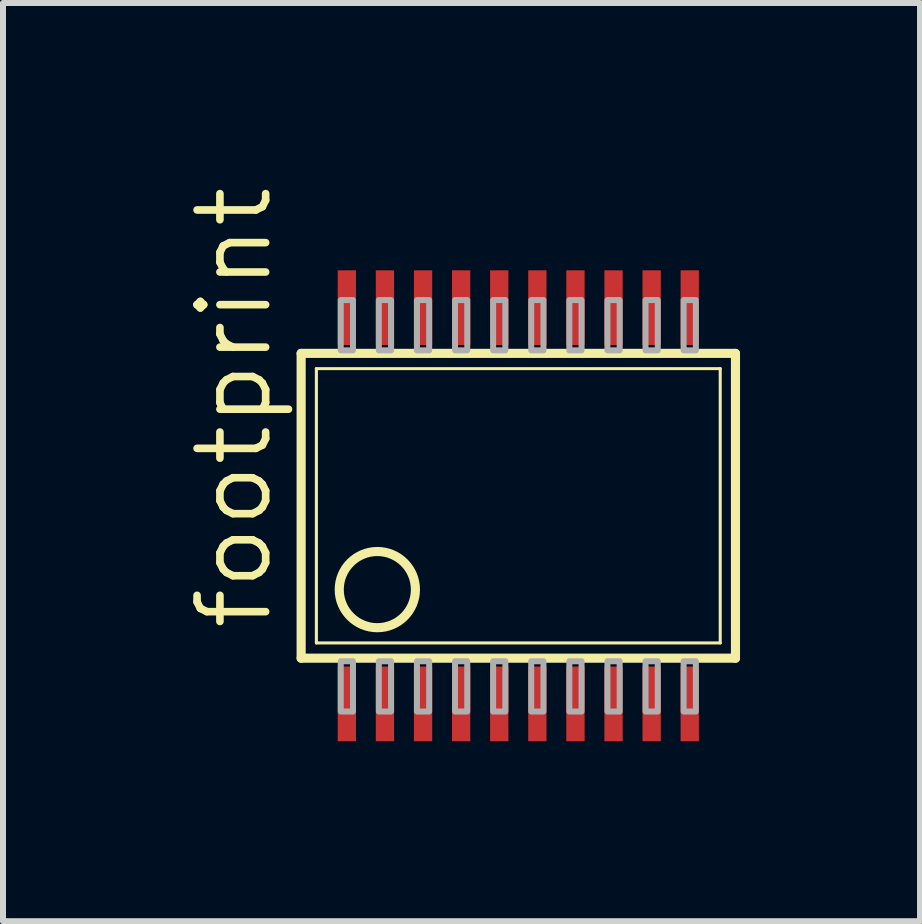
<source format=kicad_pcb>
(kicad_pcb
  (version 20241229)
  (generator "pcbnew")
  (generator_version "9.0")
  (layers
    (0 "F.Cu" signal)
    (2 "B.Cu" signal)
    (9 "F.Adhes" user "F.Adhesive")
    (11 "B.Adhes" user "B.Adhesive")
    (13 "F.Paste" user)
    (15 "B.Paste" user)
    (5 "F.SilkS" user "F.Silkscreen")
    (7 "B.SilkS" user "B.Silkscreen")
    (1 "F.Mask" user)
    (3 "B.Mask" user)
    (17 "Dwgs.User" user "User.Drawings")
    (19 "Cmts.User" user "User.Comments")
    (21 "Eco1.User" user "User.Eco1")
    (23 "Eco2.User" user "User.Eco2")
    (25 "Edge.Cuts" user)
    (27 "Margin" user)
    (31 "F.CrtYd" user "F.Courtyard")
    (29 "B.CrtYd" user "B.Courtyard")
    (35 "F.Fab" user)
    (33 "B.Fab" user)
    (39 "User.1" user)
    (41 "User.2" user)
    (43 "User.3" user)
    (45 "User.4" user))
  (footprint "footprint"
    (layer "F.Cu")
    (at 5.588 5.38)
    (property "Reference" "footprint" (at -4.064 2.12 90) (layer "F.SilkS") (effects (font (size 1.143 1.143) (thickness 0.127)) (justify left bottom)))
    (fp_line (start -3.619 2.54) (end -3.619 -2.54) (stroke (width 0.152) (type solid)) (layer "F.SilkS"))
    (fp_line (start -3.619 2.54) (end 3.62 2.54) (stroke (width 0.152) (type solid)) (layer "F.SilkS"))
    (fp_line (start -3.365 2.286) (end -3.365 -2.286) (stroke (width 0.051) (type solid)) (layer "F.SilkS"))
    (fp_line (start -3.365 2.286) (end 3.366 2.286) (stroke (width 0.051) (type solid)) (layer "F.SilkS"))
    (fp_line (start 3.366 -2.286) (end -3.365 -2.286) (stroke (width 0.051) (type solid)) (layer "F.SilkS"))
    (fp_line (start 3.366 -2.286) (end 3.366 2.286) (stroke (width 0.051) (type solid)) (layer "F.SilkS"))
    (fp_line (start 3.62 -2.54) (end -3.619 -2.54) (stroke (width 0.152) (type solid)) (layer "F.SilkS"))
    (fp_line (start 3.62 -2.54) (end 3.62 2.54) (stroke (width 0.152) (type solid)) (layer "F.SilkS"))
    (fp_circle (center -2.349 1.397) (end -1.714 1.397) (stroke (width 0.152) (type solid)) (fill no) (layer "F.SilkS"))
    (fp_poly (pts (xy -2.959 -2.591) (xy -2.755 -2.591) (xy -2.755 -3.429) (xy -2.959 -3.429)) (stroke (width 0.1) (type solid)) (fill no) (layer "F.Fab"))
    (fp_poly (pts (xy -2.959 3.429) (xy -2.755 3.429) (xy -2.755 2.591) (xy -2.959 2.591)) (stroke (width 0.1) (type solid)) (fill no) (layer "F.Fab"))
    (fp_poly (pts (xy -2.324 -2.591) (xy -2.12 -2.591) (xy -2.12 -3.429) (xy -2.324 -3.429)) (stroke (width 0.1) (type solid)) (fill no) (layer "F.Fab"))
    (fp_poly (pts (xy -2.324 3.429) (xy -2.12 3.429) (xy -2.12 2.591) (xy -2.324 2.591)) (stroke (width 0.1) (type solid)) (fill no) (layer "F.Fab"))
    (fp_poly (pts (xy -1.689 -2.591) (xy -1.485 -2.591) (xy -1.485 -3.429) (xy -1.689 -3.429)) (stroke (width 0.1) (type solid)) (fill no) (layer "F.Fab"))
    (fp_poly (pts (xy -1.689 3.429) (xy -1.485 3.429) (xy -1.485 2.591) (xy -1.689 2.591)) (stroke (width 0.1) (type solid)) (fill no) (layer "F.Fab"))
    (fp_poly (pts (xy -1.054 -2.591) (xy -0.85 -2.591) (xy -0.85 -3.429) (xy -1.054 -3.429)) (stroke (width 0.1) (type solid)) (fill no) (layer "F.Fab"))
    (fp_poly (pts (xy -1.054 3.429) (xy -0.85 3.429) (xy -0.85 2.591) (xy -1.054 2.591)) (stroke (width 0.1) (type solid)) (fill no) (layer "F.Fab"))
    (fp_poly (pts (xy -0.419 -2.591) (xy -0.215 -2.591) (xy -0.215 -3.429) (xy -0.419 -3.429)) (stroke (width 0.1) (type solid)) (fill no) (layer "F.Fab"))
    (fp_poly (pts (xy -0.419 3.429) (xy -0.215 3.429) (xy -0.215 2.591) (xy -0.419 2.591)) (stroke (width 0.1) (type solid)) (fill no) (layer "F.Fab"))
    (fp_poly (pts (xy 0.216 -2.591) (xy 0.42 -2.591) (xy 0.42 -3.429) (xy 0.216 -3.429)) (stroke (width 0.1) (type solid)) (fill no) (layer "F.Fab"))
    (fp_poly (pts (xy 0.216 3.429) (xy 0.42 3.429) (xy 0.42 2.591) (xy 0.216 2.591)) (stroke (width 0.1) (type solid)) (fill no) (layer "F.Fab"))
    (fp_poly (pts (xy 0.851 -2.591) (xy 1.055 -2.591) (xy 1.055 -3.429) (xy 0.851 -3.429)) (stroke (width 0.1) (type solid)) (fill no) (layer "F.Fab"))
    (fp_poly (pts (xy 0.851 3.429) (xy 1.055 3.429) (xy 1.055 2.591) (xy 0.851 2.591)) (stroke (width 0.1) (type solid)) (fill no) (layer "F.Fab"))
    (fp_poly (pts (xy 1.486 -2.591) (xy 1.69 -2.591) (xy 1.69 -3.429) (xy 1.486 -3.429)) (stroke (width 0.1) (type solid)) (fill no) (layer "F.Fab"))
    (fp_poly (pts (xy 1.486 3.429) (xy 1.69 3.429) (xy 1.69 2.591) (xy 1.486 2.591)) (stroke (width 0.1) (type solid)) (fill no) (layer "F.Fab"))
    (fp_poly (pts (xy 2.121 -2.591) (xy 2.325 -2.591) (xy 2.325 -3.429) (xy 2.121 -3.429)) (stroke (width 0.1) (type solid)) (fill no) (layer "F.Fab"))
    (fp_poly (pts (xy 2.121 3.429) (xy 2.325 3.429) (xy 2.325 2.591) (xy 2.121 2.591)) (stroke (width 0.1) (type solid)) (fill no) (layer "F.Fab"))
    (fp_poly (pts (xy 2.756 -2.591) (xy 2.96 -2.591) (xy 2.96 -3.429) (xy 2.756 -3.429)) (stroke (width 0.1) (type solid)) (fill no) (layer "F.Fab"))
    (fp_poly (pts (xy 2.756 3.429) (xy 2.96 3.429) (xy 2.96 2.591) (xy 2.756 2.591)) (stroke (width 0.1) (type solid)) (fill no) (layer "F.Fab"))
    (pad "1" smd rect (at -2.857 3.302) (size 0.305 1.245) (layers "F.Cu" "F.Mask" "F.Paste"))
    (pad "2" smd rect (at -2.222 3.302) (size 0.305 1.245) (layers "F.Cu" "F.Mask" "F.Paste"))
    (pad "3" smd rect (at -1.587 3.302) (size 0.305 1.245) (layers "F.Cu" "F.Mask" "F.Paste"))
    (pad "4" smd rect (at -0.952 3.302) (size 0.305 1.245) (layers "F.Cu" "F.Mask" "F.Paste"))
    (pad "5" smd rect (at -0.317 3.302) (size 0.305 1.245) (layers "F.Cu" "F.Mask" "F.Paste"))
    (pad "6" smd rect (at 0.318 3.302) (size 0.305 1.245) (layers "F.Cu" "F.Mask" "F.Paste"))
    (pad "7" smd rect (at 0.953 3.302) (size 0.305 1.245) (layers "F.Cu" "F.Mask" "F.Paste"))
    (pad "8" smd rect (at 1.588 3.302) (size 0.305 1.245) (layers "F.Cu" "F.Mask" "F.Paste"))
    (pad "9" smd rect (at 2.223 3.302) (size 0.305 1.245) (layers "F.Cu" "F.Mask" "F.Paste"))
    (pad "10" smd rect (at 2.858 3.302) (size 0.305 1.245) (layers "F.Cu" "F.Mask" "F.Paste"))
    (pad "11" smd rect (at 2.858 -3.302) (size 0.305 1.245) (layers "F.Cu" "F.Mask" "F.Paste"))
    (pad "12" smd rect (at 2.223 -3.302) (size 0.305 1.245) (layers "F.Cu" "F.Mask" "F.Paste"))
    (pad "13" smd rect (at 1.588 -3.302) (size 0.305 1.245) (layers "F.Cu" "F.Mask" "F.Paste"))
    (pad "14" smd rect (at 0.953 -3.302) (size 0.305 1.245) (layers "F.Cu" "F.Mask" "F.Paste"))
    (pad "15" smd rect (at 0.318 -3.302) (size 0.305 1.245) (layers "F.Cu" "F.Mask" "F.Paste"))
    (pad "16" smd rect (at -0.317 -3.302) (size 0.305 1.245) (layers "F.Cu" "F.Mask" "F.Paste"))
    (pad "17" smd rect (at -0.952 -3.302) (size 0.305 1.245) (layers "F.Cu" "F.Mask" "F.Paste"))
    (pad "18" smd rect (at -1.587 -3.302) (size 0.305 1.245) (layers "F.Cu" "F.Mask" "F.Paste"))
    (pad "19" smd rect (at -2.222 -3.302) (size 0.305 1.245) (layers "F.Cu" "F.Mask" "F.Paste"))
    (pad "20" smd rect (at -2.857 -3.302) (size 0.305 1.245) (layers "F.Cu" "F.Mask" "F.Paste")))
  (gr_rect
    (start -3 -3)
    (end 12.284 12.304)
    (stroke (width 0.1) (type default))
    (fill no)
    (layer "Edge.Cuts")))
</source>
